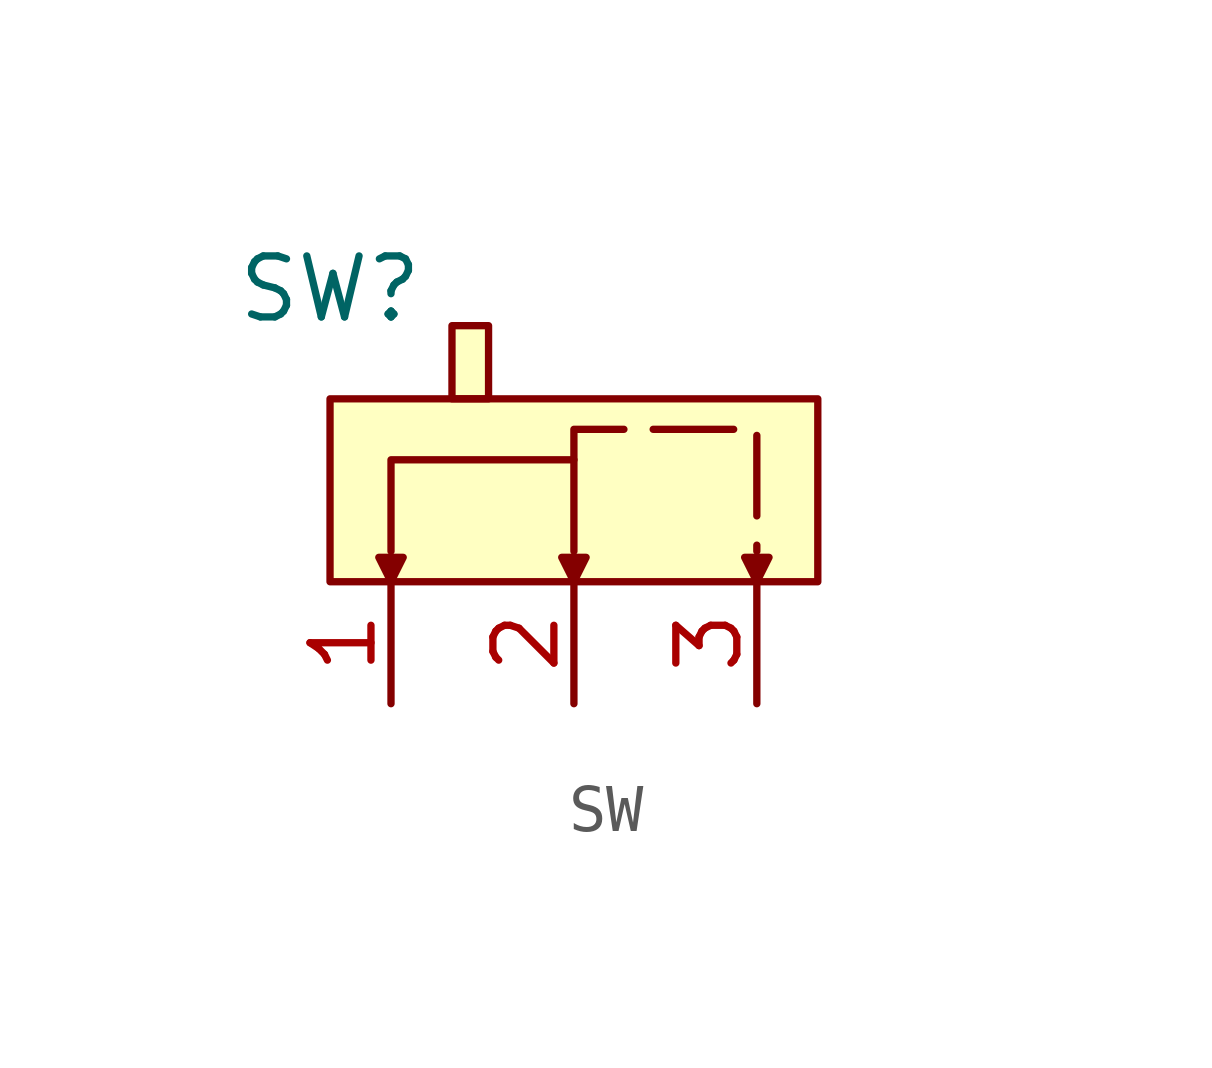
<source format=kicad_sym>
(kicad_symbol_lib
  (version 20220914)
  (generator kicad_symbol_editor)
  (symbol "SW"
    (property "Reference" "SW"
      (at -5.08 3.556 0)
      (effects (font (size 1.27 1.27))))
    (property "Value" ""
      (at 7.62 3.81 0)
      (effects (font (size 1.27 1.27))))
    (symbol "SW_0_0"
      (pin passive line (at -3.81 -5.08 90) (length 2.54) (name "" (effects (font (size 1.27 1.27)))) (number "1" (effects (font (size 1.27 1.27)))))
      (pin passive line (at 0 -5.08 90) (length 2.54) (name "" (effects (font (size 1.27 1.27)))) (number "2" (effects (font (size 1.27 1.27)))))
      (pin passive line (at 3.81 -5.08 90) (length 2.54) (name "" (effects (font (size 1.27 1.27)))) (number "3" (effects (font (size 1.27 1.27))))))
    (symbol "SW_0_1"
      (rectangle (start -5.08 1.27) (end 5.08 -2.54) (stroke (width 0) (type default)) (fill (type background)))
      (rectangle (start -2.54 2.794) (end -1.778 1.27) (stroke (width 0) (type default)) (fill (type background)))
      (polyline (pts (xy -3.81 -2.54) (xy -4.064 -2.032) (xy -3.556 -2.032) (xy -3.81 -2.54)) (stroke (width 0) (type default)) (fill (type outline)))
      (polyline (pts (xy -3.81 -1.905) (xy -3.81 0) (xy 0 0) (xy 0 -1.905)) (stroke (width 0) (type default)) (fill (type none)))
      (polyline (pts (xy 0 -2.54) (xy -0.254 -2.032) (xy 0.254 -2.032) (xy 0 -2.54)) (stroke (width 0) (type default)) (fill (type outline)))
      (polyline (pts (xy 0 0) (xy 0 0.635) (xy 3.81 0.635) (xy 3.81 -1.905)) (stroke (width 0) (type dash)) (fill (type none)))
      (polyline (pts (xy 3.81 -2.54) (xy 3.556 -2.032) (xy 4.064 -2.032) (xy 3.81 -2.54)) (stroke (width 0) (type default)) (fill (type outline))))))
</source>
